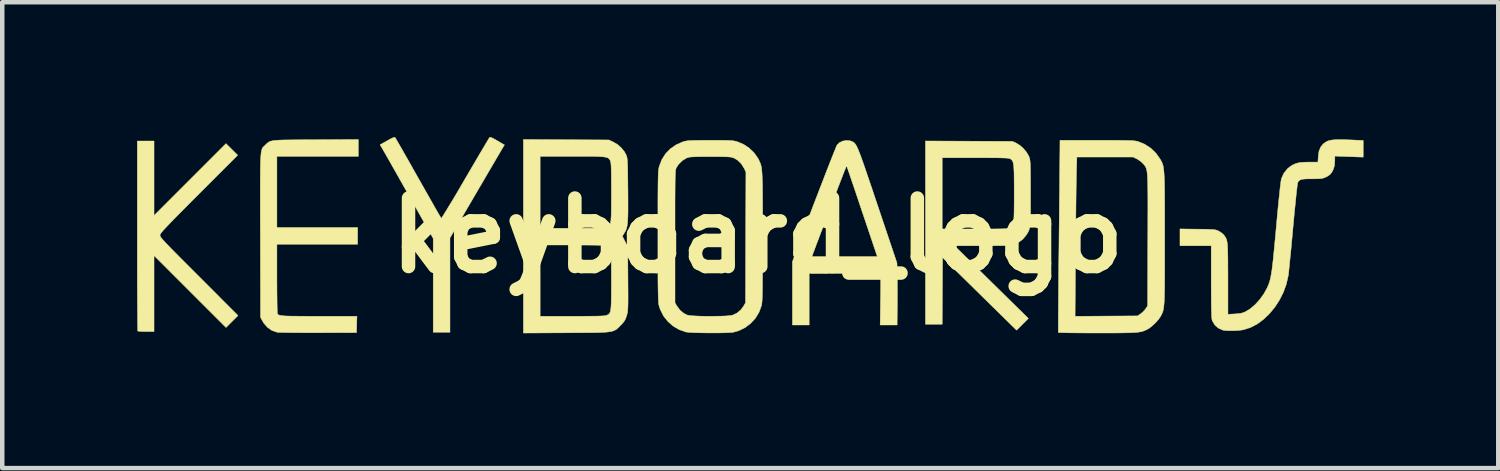
<source format=kicad_pcb>
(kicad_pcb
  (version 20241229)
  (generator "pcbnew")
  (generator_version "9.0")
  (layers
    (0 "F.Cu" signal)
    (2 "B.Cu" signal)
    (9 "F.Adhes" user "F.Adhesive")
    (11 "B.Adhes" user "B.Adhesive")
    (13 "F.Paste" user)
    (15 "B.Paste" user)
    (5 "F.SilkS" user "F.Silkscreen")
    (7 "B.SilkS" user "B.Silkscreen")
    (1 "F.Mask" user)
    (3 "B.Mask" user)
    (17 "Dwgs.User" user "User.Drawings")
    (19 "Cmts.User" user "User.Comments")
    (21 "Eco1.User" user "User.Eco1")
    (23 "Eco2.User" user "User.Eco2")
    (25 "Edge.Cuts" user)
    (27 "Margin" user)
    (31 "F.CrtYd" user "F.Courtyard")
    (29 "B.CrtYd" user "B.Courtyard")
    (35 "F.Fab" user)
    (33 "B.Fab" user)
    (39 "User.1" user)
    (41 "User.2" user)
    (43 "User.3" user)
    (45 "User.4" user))
  (footprint "keyboard_logo"
    (layer "F.Cu")
    (at 13.805 2.191)
    (property "Reference" "keyboard_logo" (at 0 0 0) (layer "F.SilkS") (effects (font (size 1.524 1.524) (thickness 0.3))))
    (attr through_hole)
    (fp_poly (pts (xy -13.428 -0.445) (xy -12.627 -1.246) (xy -11.827 -2.046) (xy -11.697 -1.917) (xy -11.567 -1.788) (xy -12.425 -0.93) (xy -12.59 -0.765) (xy -12.734 -0.62) (xy -12.858 -0.495) (xy -12.963 -0.388) (xy -13.051 -0.298) (xy -13.122 -0.224) (xy -13.179 -0.163) (xy -13.223 -0.115) (xy -13.254 -0.078) (xy -13.276 -0.05) (xy -13.288 -0.031) (xy -13.293 -0.019) (xy -13.294 -0.008) (xy -13.294 0.002) (xy -13.29 0.015) (xy -13.281 0.031) (xy -13.266 0.053) (xy -13.243 0.081) (xy -13.21 0.118) (xy -13.167 0.165) (xy -13.11 0.224) (xy -13.041 0.295) (xy -12.955 0.382) (xy -12.853 0.485) (xy -12.732 0.606) (xy -12.591 0.747) (xy -12.431 0.907) (xy -11.56 1.78) (xy -11.693 1.913) (xy -11.826 2.046) (xy -12.627 1.246) (xy -13.428 0.445) (xy -13.428 2.136) (xy -13.603 2.136) (xy -13.676 2.135) (xy -13.736 2.132) (xy -13.776 2.128) (xy -13.789 2.125) (xy -13.791 2.108) (xy -13.792 2.06) (xy -13.793 1.984) (xy -13.794 1.881) (xy -13.795 1.753) (xy -13.796 1.603) (xy -13.797 1.432) (xy -13.798 1.242) (xy -13.799 1.034) (xy -13.799 0.812) (xy -13.8 0.576) (xy -13.8 0.329) (xy -13.8 0.073) (xy -13.8 0.005) (xy -13.8 -2.103) (xy -13.428 -2.103) (xy -13.428 -0.445)) (stroke (width 0.01) (type solid)) (fill yes) (layer "F.SilkS"))
    (fp_poly (pts (xy -5.923 -2.18) (xy -5.88 -2.16) (xy -5.817 -2.125) (xy -5.788 -2.108) (xy -5.631 -2.016) (xy -5.661 -1.967) (xy -5.675 -1.945) (xy -5.703 -1.897) (xy -5.744 -1.826) (xy -5.798 -1.735) (xy -5.862 -1.625) (xy -5.936 -1.499) (xy -6.018 -1.359) (xy -6.106 -1.208) (xy -6.2 -1.048) (xy -6.268 -0.932) (xy -6.843 0.053) (xy -6.843 2.152) (xy -7.216 2.152) (xy -7.216 0.064) (xy -7.776 -0.927) (xy -7.869 -1.092) (xy -7.959 -1.251) (xy -8.043 -1.4) (xy -8.121 -1.537) (xy -8.19 -1.659) (xy -8.25 -1.765) (xy -8.299 -1.851) (xy -8.336 -1.915) (xy -8.359 -1.956) (xy -8.367 -1.968) (xy -8.398 -2.02) (xy -8.239 -2.11) (xy -8.166 -2.15) (xy -8.116 -2.174) (xy -8.084 -2.184) (xy -8.066 -2.182) (xy -8.063 -2.18) (xy -8.052 -2.162) (xy -8.027 -2.119) (xy -7.989 -2.053) (xy -7.938 -1.966) (xy -7.878 -1.86) (xy -7.809 -1.739) (xy -7.732 -1.604) (xy -7.65 -1.458) (xy -7.563 -1.304) (xy -7.548 -1.278) (xy -7.46 -1.123) (xy -7.377 -0.976) (xy -7.3 -0.84) (xy -7.23 -0.717) (xy -7.169 -0.609) (xy -7.118 -0.52) (xy -7.078 -0.451) (xy -7.051 -0.405) (xy -7.039 -0.384) (xy -7.038 -0.383) (xy -7.028 -0.394) (xy -7.003 -0.431) (xy -6.965 -0.492) (xy -6.915 -0.573) (xy -6.854 -0.674) (xy -6.783 -0.79) (xy -6.705 -0.921) (xy -6.621 -1.064) (xy -6.532 -1.217) (xy -6.504 -1.265) (xy -6.413 -1.421) (xy -6.326 -1.569) (xy -6.245 -1.707) (xy -6.172 -1.831) (xy -6.107 -1.941) (xy -6.053 -2.033) (xy -6.01 -2.104) (xy -5.98 -2.154) (xy -5.965 -2.178) (xy -5.963 -2.18) (xy -5.949 -2.186) (xy -5.923 -2.18)) (stroke (width 0.01) (type solid)) (fill yes) (layer "F.SilkS"))
    (fp_poly (pts (xy -8.882 -1.763) (xy -10.694 -1.763) (xy -10.694 -0.178) (xy -8.898 -0.178) (xy -8.898 0.194) (xy -10.694 0.194) (xy -10.694 0.959) (xy -10.693 1.113) (xy -10.693 1.258) (xy -10.691 1.39) (xy -10.69 1.505) (xy -10.688 1.602) (xy -10.686 1.675) (xy -10.684 1.723) (xy -10.682 1.741) (xy -10.672 1.753) (xy -10.66 1.763) (xy -10.641 1.771) (xy -10.614 1.778) (xy -10.576 1.783) (xy -10.525 1.788) (xy -10.457 1.791) (xy -10.37 1.793) (xy -10.261 1.794) (xy -10.129 1.795) (xy -9.969 1.796) (xy -9.78 1.796) (xy -9.756 1.796) (xy -8.913 1.796) (xy -8.918 1.978) (xy -8.922 2.16) (xy -9.772 2.162) (xy -9.937 2.162) (xy -10.094 2.162) (xy -10.24 2.161) (xy -10.372 2.16) (xy -10.485 2.158) (xy -10.577 2.156) (xy -10.645 2.154) (xy -10.685 2.152) (xy -10.692 2.151) (xy -10.802 2.113) (xy -10.9 2.046) (xy -10.983 1.952) (xy -11.022 1.887) (xy -11.058 1.82) (xy -11.062 0.009) (xy -11.063 -0.28) (xy -11.064 -0.538) (xy -11.064 -0.768) (xy -11.064 -0.97) (xy -11.064 -1.147) (xy -11.063 -1.301) (xy -11.062 -1.434) (xy -11.06 -1.547) (xy -11.058 -1.641) (xy -11.055 -1.72) (xy -11.05 -1.784) (xy -11.045 -1.836) (xy -11.038 -1.876) (xy -11.031 -1.908) (xy -11.022 -1.933) (xy -11.011 -1.952) (xy -11 -1.968) (xy -10.986 -1.982) (xy -10.971 -1.996) (xy -10.956 -2.009) (xy -10.932 -2.033) (xy -10.91 -2.054) (xy -10.889 -2.071) (xy -10.866 -2.086) (xy -10.838 -2.097) (xy -10.802 -2.107) (xy -10.756 -2.114) (xy -10.698 -2.12) (xy -10.624 -2.124) (xy -10.533 -2.127) (xy -10.42 -2.128) (xy -10.285 -2.13) (xy -10.123 -2.131) (xy -9.934 -2.132) (xy -9.832 -2.132) (xy -8.882 -2.137) (xy -8.882 -1.763)) (stroke (width 0.01) (type solid)) (fill yes) (layer "F.SilkS"))
    (fp_poly (pts (xy 5.671 -2.095) (xy 5.756 -2.057) (xy 5.836 -2.008) (xy 5.915 -1.938) (xy 5.984 -1.856) (xy 6.034 -1.772) (xy 6.045 -1.744) (xy 6.052 -1.721) (xy 6.058 -1.696) (xy 6.063 -1.665) (xy 6.067 -1.625) (xy 6.07 -1.572) (xy 6.072 -1.505) (xy 6.073 -1.419) (xy 6.074 -1.312) (xy 6.075 -1.18) (xy 6.075 -1.02) (xy 6.075 -0.938) (xy 6.075 -0.759) (xy 6.075 -0.609) (xy 6.074 -0.485) (xy 6.072 -0.383) (xy 6.068 -0.301) (xy 6.063 -0.236) (xy 6.056 -0.184) (xy 6.047 -0.142) (xy 6.035 -0.107) (xy 6.02 -0.076) (xy 6.001 -0.045) (xy 5.979 -0.011) (xy 5.976 -0.006) (xy 5.902 0.082) (xy 5.811 0.149) (xy 5.713 0.195) (xy 5.69 0.203) (xy 5.665 0.21) (xy 5.635 0.215) (xy 5.596 0.219) (xy 5.545 0.222) (xy 5.479 0.224) (xy 5.394 0.225) (xy 5.286 0.226) (xy 5.153 0.226) (xy 5.005 0.226) (xy 4.38 0.226) (xy 4.985 0.82) (xy 5.11 0.943) (xy 5.235 1.066) (xy 5.357 1.186) (xy 5.472 1.299) (xy 5.578 1.403) (xy 5.671 1.495) (xy 5.748 1.57) (xy 5.805 1.626) (xy 5.808 1.629) (xy 6.026 1.844) (xy 5.895 1.975) (xy 5.764 2.106) (xy 4.117 0.488) (xy 4.113 1.231) (xy 4.109 1.974) (xy 3.737 1.974) (xy 3.737 -1.731) (xy 4.109 -1.731) (xy 4.109 -0.146) (xy 4.85 -0.146) (xy 5.026 -0.146) (xy 5.173 -0.146) (xy 5.292 -0.147) (xy 5.389 -0.148) (xy 5.464 -0.15) (xy 5.521 -0.152) (xy 5.563 -0.155) (xy 5.592 -0.159) (xy 5.612 -0.164) (xy 5.625 -0.17) (xy 5.628 -0.172) (xy 5.648 -0.187) (xy 5.664 -0.204) (xy 5.678 -0.226) (xy 5.688 -0.256) (xy 5.696 -0.298) (xy 5.702 -0.353) (xy 5.706 -0.426) (xy 5.709 -0.519) (xy 5.71 -0.635) (xy 5.711 -0.778) (xy 5.711 -0.938) (xy 5.711 -1.109) (xy 5.71 -1.25) (xy 5.709 -1.364) (xy 5.706 -1.456) (xy 5.702 -1.527) (xy 5.696 -1.582) (xy 5.688 -1.622) (xy 5.677 -1.652) (xy 5.664 -1.674) (xy 5.647 -1.69) (xy 5.628 -1.705) (xy 5.616 -1.711) (xy 5.599 -1.716) (xy 5.573 -1.72) (xy 5.535 -1.724) (xy 5.483 -1.726) (xy 5.413 -1.728) (xy 5.324 -1.73) (xy 5.211 -1.73) (xy 5.073 -1.731) (xy 4.906 -1.731) (xy 4.85 -1.731) (xy 4.109 -1.731) (xy 3.737 -1.731) (xy 3.737 -2.104) (xy 5.671 -2.095)) (stroke (width 0.01) (type solid)) (fill yes) (layer "F.SilkS"))
    (fp_poly (pts (xy 2.057 -2.109) (xy 2.092 -2.097) (xy 2.112 -2.088) (xy 2.13 -2.079) (xy 2.147 -2.067) (xy 2.164 -2.051) (xy 2.182 -2.028) (xy 2.2 -1.997) (xy 2.221 -1.956) (xy 2.244 -1.902) (xy 2.271 -1.834) (xy 2.303 -1.751) (xy 2.339 -1.649) (xy 2.382 -1.527) (xy 2.431 -1.383) (xy 2.488 -1.215) (xy 2.554 -1.022) (xy 2.628 -0.8) (xy 2.667 -0.685) (xy 3.103 0.611) (xy 3.109 0.884) (xy 3.11 0.981) (xy 3.111 1.102) (xy 3.112 1.237) (xy 3.111 1.378) (xy 3.111 1.515) (xy 3.11 1.573) (xy 3.106 1.99) (xy 2.729 1.99) (xy 2.737 1.444) (xy 2.739 1.313) (xy 2.74 1.192) (xy 2.741 1.084) (xy 2.741 0.994) (xy 2.74 0.926) (xy 2.739 0.882) (xy 2.738 0.87) (xy 2.735 0.863) (xy 2.727 0.858) (xy 2.712 0.853) (xy 2.686 0.85) (xy 2.648 0.847) (xy 2.594 0.845) (xy 2.522 0.843) (xy 2.429 0.842) (xy 2.313 0.842) (xy 2.17 0.841) (xy 1.999 0.841) (xy 1.94 0.841) (xy 1.149 0.841) (xy 1.149 1.99) (xy 0.777 1.99) (xy 0.777 0.584) (xy 0.817 0.469) (xy 1.211 0.469) (xy 2.666 0.469) (xy 2.327 -0.537) (xy 2.269 -0.71) (xy 2.214 -0.874) (xy 2.163 -1.025) (xy 2.116 -1.163) (xy 2.075 -1.283) (xy 2.041 -1.385) (xy 2.013 -1.464) (xy 1.995 -1.518) (xy 1.985 -1.546) (xy 1.983 -1.549) (xy 1.976 -1.537) (xy 1.96 -1.499) (xy 1.936 -1.443) (xy 1.908 -1.372) (xy 1.902 -1.355) (xy 1.869 -1.269) (xy 1.828 -1.164) (xy 1.782 -1.044) (xy 1.732 -0.912) (xy 1.678 -0.772) (xy 1.623 -0.626) (xy 1.566 -0.477) (xy 1.51 -0.33) (xy 1.456 -0.186) (xy 1.404 -0.05) (xy 1.357 0.075) (xy 1.314 0.187) (xy 1.279 0.282) (xy 1.251 0.356) (xy 1.232 0.407) (xy 1.223 0.432) (xy 1.222 0.433) (xy 1.211 0.469) (xy 0.817 0.469) (xy 0.847 0.385) (xy 0.878 0.298) (xy 0.918 0.191) (xy 0.964 0.066) (xy 1.016 -0.074) (xy 1.073 -0.225) (xy 1.134 -0.386) (xy 1.197 -0.552) (xy 1.262 -0.723) (xy 1.328 -0.893) (xy 1.393 -1.062) (xy 1.456 -1.225) (xy 1.516 -1.381) (xy 1.573 -1.526) (xy 1.624 -1.657) (xy 1.67 -1.773) (xy 1.708 -1.868) (xy 1.738 -1.942) (xy 1.759 -1.992) (xy 1.769 -2.013) (xy 1.822 -2.066) (xy 1.894 -2.101) (xy 1.975 -2.116) (xy 2.057 -2.109)) (stroke (width 0.01) (type solid)) (fill yes) (layer "F.SilkS"))
    (fp_poly (pts (xy 7.741 -2.119) (xy 7.901 -2.119) (xy 8.034 -2.118) (xy 8.143 -2.117) (xy 8.231 -2.115) (xy 8.301 -2.113) (xy 8.355 -2.11) (xy 8.397 -2.106) (xy 8.429 -2.101) (xy 8.455 -2.096) (xy 8.462 -2.094) (xy 8.614 -2.032) (xy 8.75 -1.944) (xy 8.867 -1.83) (xy 8.953 -1.709) (xy 8.97 -1.68) (xy 8.986 -1.653) (xy 9 -1.625) (xy 9.011 -1.596) (xy 9.022 -1.562) (xy 9.03 -1.522) (xy 9.037 -1.473) (xy 9.043 -1.414) (xy 9.048 -1.343) (xy 9.052 -1.257) (xy 9.055 -1.154) (xy 9.057 -1.033) (xy 9.058 -0.89) (xy 9.059 -0.725) (xy 9.06 -0.534) (xy 9.06 -0.317) (xy 9.06 -0.07) (xy 9.06 0.069) (xy 9.06 0.328) (xy 9.06 0.557) (xy 9.06 0.757) (xy 9.059 0.932) (xy 9.058 1.083) (xy 9.057 1.212) (xy 9.054 1.321) (xy 9.052 1.412) (xy 9.048 1.488) (xy 9.043 1.551) (xy 9.037 1.602) (xy 9.03 1.644) (xy 9.022 1.679) (xy 9.012 1.708) (xy 9.001 1.735) (xy 8.988 1.761) (xy 8.974 1.788) (xy 8.968 1.799) (xy 8.922 1.866) (xy 8.857 1.939) (xy 8.784 2.008) (xy 8.712 2.064) (xy 8.675 2.085) (xy 8.64 2.102) (xy 8.607 2.117) (xy 8.572 2.13) (xy 8.533 2.14) (xy 8.486 2.148) (xy 8.43 2.154) (xy 8.361 2.159) (xy 8.276 2.163) (xy 8.173 2.165) (xy 8.048 2.167) (xy 7.898 2.168) (xy 7.722 2.168) (xy 7.561 2.168) (xy 7.397 2.168) (xy 7.243 2.167) (xy 7.103 2.166) (xy 6.978 2.165) (xy 6.872 2.163) (xy 6.788 2.161) (xy 6.729 2.159) (xy 6.698 2.157) (xy 6.694 2.156) (xy 6.693 2.138) (xy 6.693 2.091) (xy 6.693 2.014) (xy 6.693 1.912) (xy 6.694 1.797) (xy 7.066 1.797) (xy 7.761 1.792) (xy 8.456 1.788) (xy 8.523 1.743) (xy 8.575 1.7) (xy 8.623 1.647) (xy 8.635 1.631) (xy 8.68 1.564) (xy 8.684 0.1) (xy 8.685 -0.161) (xy 8.685 -0.391) (xy 8.686 -0.592) (xy 8.686 -0.768) (xy 8.685 -0.919) (xy 8.684 -1.048) (xy 8.682 -1.157) (xy 8.679 -1.247) (xy 8.676 -1.322) (xy 8.671 -1.382) (xy 8.665 -1.431) (xy 8.657 -1.469) (xy 8.648 -1.5) (xy 8.637 -1.525) (xy 8.625 -1.545) (xy 8.611 -1.564) (xy 8.595 -1.583) (xy 8.583 -1.597) (xy 8.534 -1.644) (xy 8.472 -1.688) (xy 8.442 -1.705) (xy 8.358 -1.747) (xy 7.106 -1.747) (xy 7.096 -1.412) (xy 7.095 -1.344) (xy 7.093 -1.247) (xy 7.091 -1.124) (xy 7.089 -0.978) (xy 7.087 -0.811) (xy 7.085 -0.628) (xy 7.083 -0.431) (xy 7.081 -0.223) (xy 7.079 -0.007) (xy 7.077 0.214) (xy 7.076 0.361) (xy 7.066 1.797) (xy 6.694 1.797) (xy 6.694 1.785) (xy 6.695 1.636) (xy 6.696 1.466) (xy 6.697 1.278) (xy 6.699 1.073) (xy 6.701 0.855) (xy 6.703 0.623) (xy 6.706 0.381) (xy 6.708 0.202) (xy 6.71 -0.05) (xy 6.713 -0.295) (xy 6.715 -0.533) (xy 6.717 -0.759) (xy 6.72 -0.972) (xy 6.722 -1.17) (xy 6.723 -1.35) (xy 6.725 -1.51) (xy 6.726 -1.649) (xy 6.727 -1.763) (xy 6.728 -1.85) (xy 6.729 -1.909) (xy 6.729 -1.929) (xy 6.73 -2.119) (xy 7.552 -2.119) (xy 7.741 -2.119)) (stroke (width 0.01) (type solid)) (fill yes) (layer "F.SilkS"))
    (fp_poly (pts (xy 13.049 -2.133) (xy 13.186 -2.128) (xy 13.191 -2.128) (xy 13.477 -2.116) (xy 13.477 -1.745) (xy 13.161 -1.756) (xy 12.846 -1.768) (xy 12.845 -1.657) (xy 12.837 -1.556) (xy 12.813 -1.475) (xy 12.812 -1.473) (xy 12.777 -1.405) (xy 12.738 -1.358) (xy 12.686 -1.322) (xy 12.643 -1.3) (xy 12.608 -1.285) (xy 12.573 -1.274) (xy 12.531 -1.268) (xy 12.476 -1.264) (xy 12.401 -1.262) (xy 12.336 -1.262) (xy 12.233 -1.261) (xy 12.158 -1.257) (xy 12.105 -1.249) (xy 12.068 -1.235) (xy 12.042 -1.213) (xy 12.022 -1.184) (xy 12.02 -1.18) (xy 12.016 -1.159) (xy 12.009 -1.108) (xy 12 -1.031) (xy 11.988 -0.931) (xy 11.976 -0.809) (xy 11.962 -0.67) (xy 11.946 -0.517) (xy 11.931 -0.351) (xy 11.915 -0.182) (xy 11.899 -0.005) (xy 11.883 0.166) (xy 11.868 0.326) (xy 11.853 0.473) (xy 11.84 0.604) (xy 11.829 0.715) (xy 11.82 0.804) (xy 11.813 0.866) (xy 11.808 0.896) (xy 11.765 1.084) (xy 11.699 1.265) (xy 11.612 1.437) (xy 11.508 1.597) (xy 11.388 1.741) (xy 11.257 1.866) (xy 11.117 1.969) (xy 10.969 2.046) (xy 10.818 2.094) (xy 10.815 2.095) (xy 10.747 2.106) (xy 10.663 2.113) (xy 10.574 2.117) (xy 10.487 2.117) (xy 10.413 2.113) (xy 10.36 2.106) (xy 10.354 2.104) (xy 10.253 2.059) (xy 10.176 1.991) (xy 10.123 1.903) (xy 10.114 1.878) (xy 10.109 1.85) (xy 10.105 1.796) (xy 10.102 1.716) (xy 10.099 1.608) (xy 10.097 1.47) (xy 10.096 1.303) (xy 10.095 1.105) (xy 10.095 1.025) (xy 10.095 0.226) (xy 9.4 0.226) (xy 9.4 -0.147) (xy 9.792 -0.142) (xy 9.915 -0.141) (xy 10.011 -0.139) (xy 10.084 -0.136) (xy 10.138 -0.133) (xy 10.177 -0.128) (xy 10.208 -0.121) (xy 10.234 -0.112) (xy 10.259 -0.101) (xy 10.262 -0.099) (xy 10.316 -0.066) (xy 10.365 -0.025) (xy 10.381 -0.006) (xy 10.399 0.019) (xy 10.415 0.043) (xy 10.428 0.068) (xy 10.439 0.099) (xy 10.447 0.137) (xy 10.454 0.186) (xy 10.459 0.248) (xy 10.462 0.326) (xy 10.464 0.424) (xy 10.466 0.544) (xy 10.466 0.689) (xy 10.467 0.862) (xy 10.467 0.961) (xy 10.467 1.752) (xy 10.62 1.744) (xy 10.704 1.737) (xy 10.768 1.727) (xy 10.822 1.71) (xy 10.864 1.691) (xy 10.968 1.627) (xy 11.073 1.536) (xy 11.173 1.427) (xy 11.262 1.304) (xy 11.335 1.174) (xy 11.341 1.163) (xy 11.36 1.119) (xy 11.377 1.076) (xy 11.393 1.03) (xy 11.407 0.979) (xy 11.42 0.92) (xy 11.433 0.85) (xy 11.446 0.767) (xy 11.458 0.668) (xy 11.472 0.55) (xy 11.486 0.411) (xy 11.502 0.248) (xy 11.52 0.058) (xy 11.54 -0.161) (xy 11.543 -0.194) (xy 11.562 -0.403) (xy 11.58 -0.595) (xy 11.597 -0.767) (xy 11.613 -0.917) (xy 11.626 -1.043) (xy 11.638 -1.144) (xy 11.648 -1.217) (xy 11.656 -1.26) (xy 11.658 -1.268) (xy 11.711 -1.386) (xy 11.789 -1.483) (xy 11.841 -1.527) (xy 11.906 -1.57) (xy 11.972 -1.6) (xy 12.045 -1.62) (xy 12.134 -1.63) (xy 12.246 -1.634) (xy 12.27 -1.634) (xy 12.469 -1.634) (xy 12.477 -1.761) (xy 12.493 -1.876) (xy 12.529 -1.967) (xy 12.586 -2.038) (xy 12.644 -2.08) (xy 12.684 -2.101) (xy 12.73 -2.116) (xy 12.784 -2.126) (xy 12.852 -2.132) (xy 12.939 -2.134) (xy 13.049 -2.133)) (stroke (width 0.01) (type solid)) (fill yes) (layer "F.SilkS"))
    (fp_poly (pts (xy -4.259 -2.132) (xy -3.308 -2.127) (xy -3.207 -2.08) (xy -3.113 -2.024) (xy -3.028 -1.948) (xy -2.959 -1.862) (xy -2.918 -1.784) (xy -2.911 -1.763) (xy -2.905 -1.738) (xy -2.9 -1.706) (xy -2.896 -1.665) (xy -2.893 -1.61) (xy -2.89 -1.54) (xy -2.888 -1.45) (xy -2.887 -1.337) (xy -2.885 -1.199) (xy -2.884 -1.032) (xy -2.883 -1.007) (xy -2.882 -0.822) (xy -2.882 -0.666) (xy -2.882 -0.537) (xy -2.884 -0.43) (xy -2.888 -0.344) (xy -2.894 -0.274) (xy -2.901 -0.217) (xy -2.911 -0.171) (xy -2.924 -0.132) (xy -2.94 -0.098) (xy -2.959 -0.064) (xy -2.968 -0.05) (xy -3.008 0.013) (xy -2.948 0.13) (xy -2.888 0.247) (xy -2.883 0.959) (xy -2.882 1.13) (xy -2.881 1.272) (xy -2.881 1.388) (xy -2.881 1.482) (xy -2.883 1.556) (xy -2.885 1.615) (xy -2.888 1.66) (xy -2.892 1.697) (xy -2.897 1.727) (xy -2.904 1.755) (xy -2.912 1.783) (xy -2.913 1.785) (xy -2.934 1.847) (xy -2.959 1.896) (xy -2.994 1.942) (xy -3.046 1.997) (xy -3.047 1.998) (xy -3.079 2.03) (xy -3.107 2.058) (xy -3.134 2.081) (xy -3.162 2.1) (xy -3.195 2.116) (xy -3.234 2.129) (xy -3.283 2.139) (xy -3.344 2.147) (xy -3.419 2.153) (xy -3.512 2.157) (xy -3.625 2.16) (xy -3.76 2.161) (xy -3.921 2.162) (xy -4.109 2.163) (xy -4.259 2.164) (xy -5.209 2.169) (xy -5.209 0.21) (xy -4.837 0.21) (xy -4.837 1.796) (xy -4.117 1.796) (xy -3.941 1.796) (xy -3.795 1.795) (xy -3.675 1.794) (xy -3.579 1.793) (xy -3.505 1.791) (xy -3.448 1.788) (xy -3.406 1.785) (xy -3.377 1.78) (xy -3.357 1.775) (xy -3.348 1.771) (xy -3.326 1.759) (xy -3.307 1.745) (xy -3.291 1.728) (xy -3.279 1.704) (xy -3.27 1.669) (xy -3.263 1.622) (xy -3.258 1.559) (xy -3.255 1.476) (xy -3.253 1.372) (xy -3.252 1.244) (xy -3.252 1.087) (xy -3.252 0.995) (xy -3.252 0.823) (xy -3.253 0.68) (xy -3.254 0.563) (xy -3.256 0.471) (xy -3.26 0.398) (xy -3.265 0.343) (xy -3.273 0.303) (xy -3.282 0.274) (xy -3.295 0.255) (xy -3.31 0.24) (xy -3.328 0.229) (xy -3.332 0.227) (xy -3.357 0.223) (xy -3.413 0.219) (xy -3.499 0.216) (xy -3.615 0.213) (xy -3.76 0.212) (xy -3.932 0.211) (xy -4.1 0.21) (xy -4.837 0.21) (xy -5.209 0.21) (xy -5.209 -1.763) (xy -4.837 -1.763) (xy -4.837 -0.162) (xy -4.125 -0.162) (xy -3.947 -0.162) (xy -3.799 -0.163) (xy -3.678 -0.164) (xy -3.581 -0.165) (xy -3.505 -0.168) (xy -3.447 -0.171) (xy -3.405 -0.174) (xy -3.376 -0.179) (xy -3.358 -0.185) (xy -3.333 -0.196) (xy -3.312 -0.208) (xy -3.295 -0.224) (xy -3.282 -0.247) (xy -3.272 -0.28) (xy -3.264 -0.326) (xy -3.259 -0.388) (xy -3.255 -0.469) (xy -3.253 -0.571) (xy -3.252 -0.698) (xy -3.252 -0.853) (xy -3.252 -0.963) (xy -3.252 -1.129) (xy -3.252 -1.267) (xy -3.253 -1.378) (xy -3.255 -1.466) (xy -3.257 -1.533) (xy -3.26 -1.584) (xy -3.264 -1.621) (xy -3.269 -1.646) (xy -3.275 -1.664) (xy -3.277 -1.668) (xy -3.289 -1.69) (xy -3.303 -1.708) (xy -3.32 -1.723) (xy -3.345 -1.735) (xy -3.38 -1.744) (xy -3.428 -1.751) (xy -3.491 -1.756) (xy -3.573 -1.76) (xy -3.677 -1.762) (xy -3.804 -1.763) (xy -3.958 -1.763) (xy -4.125 -1.763) (xy -4.837 -1.763) (xy -5.209 -1.763) (xy -5.209 -2.137) (xy -4.259 -2.132)) (stroke (width 0.01) (type solid)) (fill yes) (layer "F.SilkS"))
    (fp_poly (pts (xy -0.908 -2.119) (xy -0.793 -2.119) (xy -0.703 -2.117) (xy -0.633 -2.115) (xy -0.578 -2.112) (xy -0.535 -2.107) (xy -0.499 -2.101) (xy -0.467 -2.092) (xy -0.449 -2.087) (xy -0.313 -2.03) (xy -0.188 -1.948) (xy -0.08 -1.845) (xy 0.004 -1.728) (xy 0.024 -1.691) (xy 0.039 -1.66) (xy 0.052 -1.632) (xy 0.064 -1.604) (xy 0.074 -1.574) (xy 0.082 -1.54) (xy 0.089 -1.499) (xy 0.095 -1.45) (xy 0.1 -1.391) (xy 0.104 -1.319) (xy 0.107 -1.232) (xy 0.11 -1.128) (xy 0.111 -1.005) (xy 0.112 -0.861) (xy 0.113 -0.694) (xy 0.113 -0.5) (xy 0.113 -0.28) (xy 0.113 -0.029) (xy 0.113 0.021) (xy 0.113 0.274) (xy 0.113 0.496) (xy 0.113 0.69) (xy 0.112 0.858) (xy 0.111 1.002) (xy 0.11 1.124) (xy 0.109 1.226) (xy 0.107 1.31) (xy 0.105 1.379) (xy 0.103 1.434) (xy 0.1 1.477) (xy 0.096 1.51) (xy 0.092 1.537) (xy 0.088 1.557) (xy 0.088 1.559) (xy 0.034 1.706) (xy -0.047 1.839) (xy -0.152 1.953) (xy -0.275 2.047) (xy -0.415 2.116) (xy -0.531 2.15) (xy -0.576 2.156) (xy -0.648 2.16) (xy -0.741 2.164) (xy -0.849 2.166) (xy -0.967 2.167) (xy -1.089 2.167) (xy -1.21 2.165) (xy -1.324 2.163) (xy -1.425 2.16) (xy -1.509 2.155) (xy -1.57 2.149) (xy -1.594 2.145) (xy -1.743 2.093) (xy -1.878 2.014) (xy -1.995 1.911) (xy -2.091 1.789) (xy -2.162 1.65) (xy -2.192 1.561) (xy -2.196 1.54) (xy -2.2 1.514) (xy -2.203 1.48) (xy -2.206 1.435) (xy -2.208 1.378) (xy -2.21 1.307) (xy -2.212 1.219) (xy -2.214 1.113) (xy -2.215 0.987) (xy -2.215 0.838) (xy -2.216 0.665) (xy -2.216 0.465) (xy -2.216 0.237) (xy -2.216 0.024) (xy -1.836 0.024) (xy -1.836 1.496) (xy -1.792 1.572) (xy -1.724 1.661) (xy -1.64 1.731) (xy -1.562 1.77) (xy -1.521 1.778) (xy -1.454 1.785) (xy -1.366 1.79) (xy -1.262 1.794) (xy -1.148 1.796) (xy -1.03 1.796) (xy -0.913 1.795) (xy -0.804 1.793) (xy -0.706 1.789) (xy -0.627 1.783) (xy -0.571 1.775) (xy -0.557 1.772) (xy -0.457 1.726) (xy -0.37 1.652) (xy -0.311 1.572) (xy -0.267 1.496) (xy -0.263 0.043) (xy -0.258 -1.411) (xy -0.296 -1.494) (xy -0.36 -1.597) (xy -0.445 -1.679) (xy -0.518 -1.722) (xy -0.541 -1.731) (xy -0.565 -1.739) (xy -0.594 -1.745) (xy -0.633 -1.749) (xy -0.685 -1.752) (xy -0.755 -1.754) (xy -0.846 -1.755) (xy -0.963 -1.755) (xy -1.052 -1.755) (xy -1.187 -1.755) (xy -1.294 -1.755) (xy -1.376 -1.753) (xy -1.439 -1.751) (xy -1.486 -1.748) (xy -1.52 -1.743) (xy -1.547 -1.737) (xy -1.571 -1.728) (xy -1.587 -1.721) (xy -1.678 -1.664) (xy -1.757 -1.585) (xy -1.805 -1.511) (xy -1.81 -1.499) (xy -1.815 -1.486) (xy -1.819 -1.469) (xy -1.823 -1.445) (xy -1.826 -1.414) (xy -1.828 -1.373) (xy -1.83 -1.32) (xy -1.832 -1.253) (xy -1.833 -1.169) (xy -1.834 -1.068) (xy -1.835 -0.946) (xy -1.836 -0.803) (xy -1.836 -0.634) (xy -1.836 -0.44) (xy -1.836 -0.217) (xy -1.836 0.024) (xy -2.216 0.024) (xy -2.216 0.016) (xy -2.216 -0.234) (xy -2.216 -0.454) (xy -2.216 -0.647) (xy -2.216 -0.813) (xy -2.215 -0.955) (xy -2.214 -1.076) (xy -2.213 -1.177) (xy -2.211 -1.261) (xy -2.21 -1.329) (xy -2.207 -1.384) (xy -2.205 -1.428) (xy -2.201 -1.462) (xy -2.198 -1.49) (xy -2.193 -1.514) (xy -2.188 -1.534) (xy -2.186 -1.541) (xy -2.129 -1.689) (xy -2.046 -1.82) (xy -1.938 -1.931) (xy -1.809 -2.02) (xy -1.661 -2.085) (xy -1.635 -2.093) (xy -1.604 -2.101) (xy -1.566 -2.107) (xy -1.517 -2.112) (xy -1.453 -2.115) (xy -1.371 -2.117) (xy -1.266 -2.119) (xy -1.135 -2.119) (xy -1.05 -2.119) (xy -0.908 -2.119)) (stroke (width 0.01) (type solid)) (fill yes) (layer "F.SilkS")))
  (gr_rect
    (start -3 -3)
    (end 30.287 7.365)
    (stroke (width 0.1) (type default))
    (fill no)
    (layer "Edge.Cuts")))
</source>
